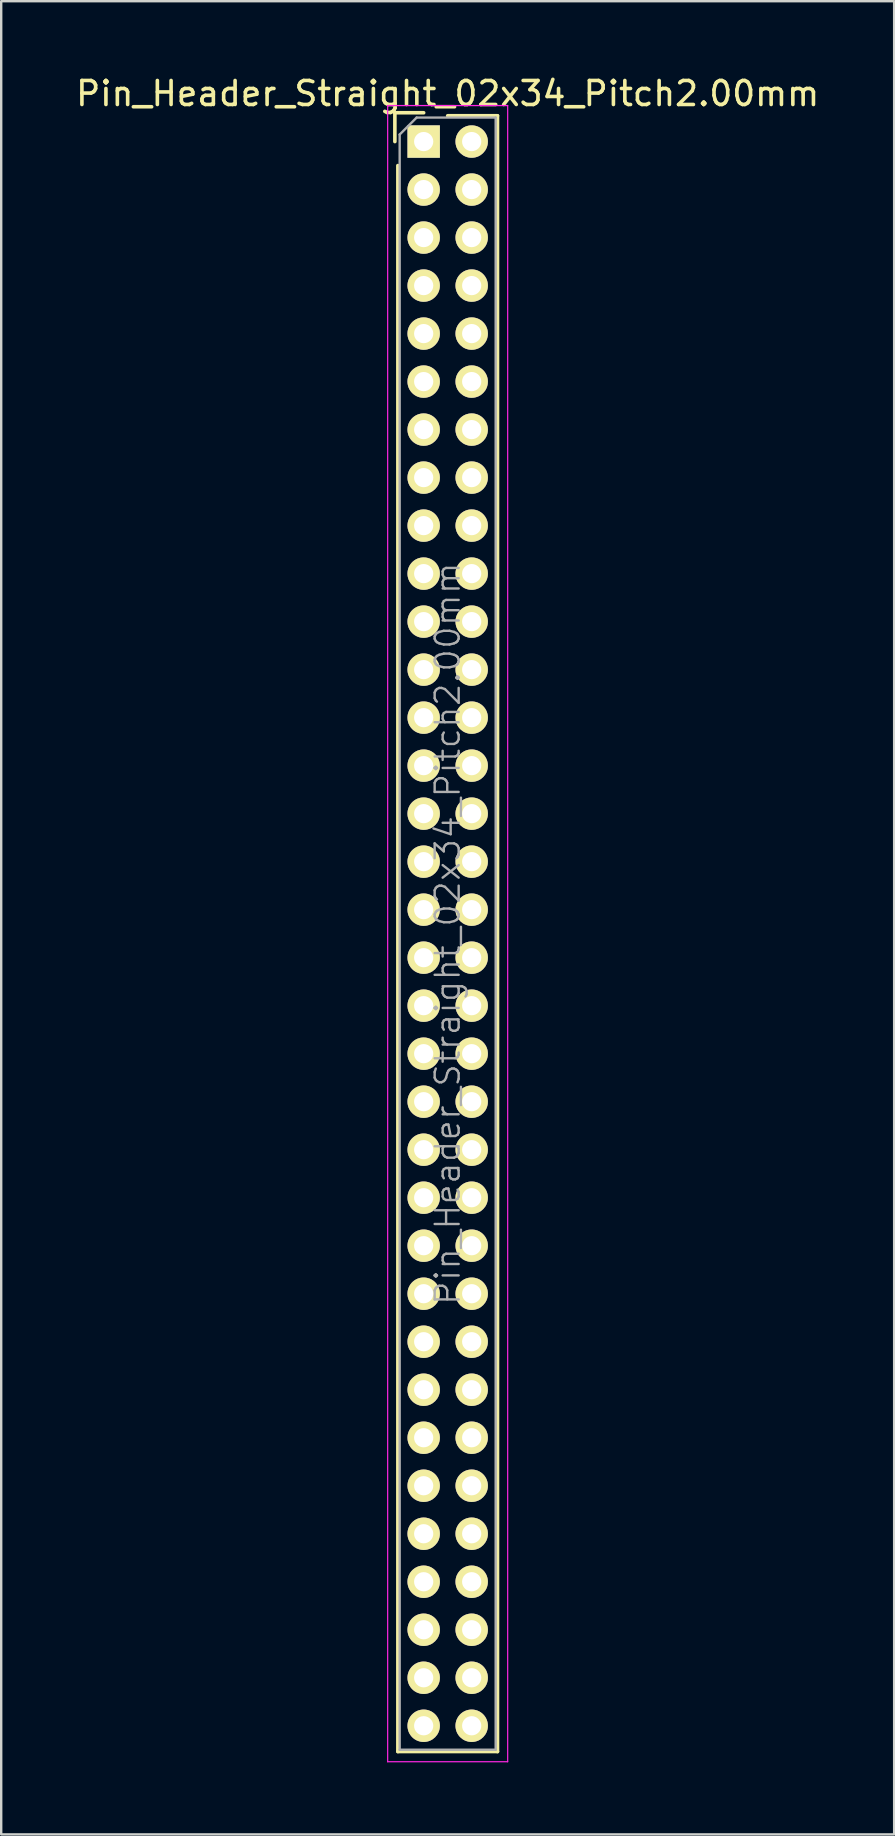
<source format=kicad_pcb>
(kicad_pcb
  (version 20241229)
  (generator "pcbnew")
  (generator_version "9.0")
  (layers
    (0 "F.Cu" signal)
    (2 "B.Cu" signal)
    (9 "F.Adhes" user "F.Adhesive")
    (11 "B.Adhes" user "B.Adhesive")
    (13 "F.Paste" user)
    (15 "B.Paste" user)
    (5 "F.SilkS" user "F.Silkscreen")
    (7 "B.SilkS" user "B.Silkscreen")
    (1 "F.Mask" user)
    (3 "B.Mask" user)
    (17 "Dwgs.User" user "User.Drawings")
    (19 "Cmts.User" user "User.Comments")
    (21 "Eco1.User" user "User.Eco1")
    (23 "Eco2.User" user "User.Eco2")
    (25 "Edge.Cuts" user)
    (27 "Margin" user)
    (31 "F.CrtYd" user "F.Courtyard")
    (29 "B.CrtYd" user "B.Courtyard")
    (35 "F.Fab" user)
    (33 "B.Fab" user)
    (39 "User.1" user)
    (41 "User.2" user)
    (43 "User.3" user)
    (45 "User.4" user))
  (footprint "Pin_Header_Straight_02x34_Pitch2.00mm"
    (layer "F.Cu")
    (at 14.601 2.848)
    (property "Reference" "Pin_Header_Straight_02x34_Pitch2.00mm" (at 1 -2 0) (layer "F.SilkS") (effects (font (size 1 1) (thickness 0.15))))
    (attr smd)
    (fp_line (start -1.2 -1.2) (end -1.2 0) (stroke (width 0.15) (type solid)) (layer "F.SilkS"))
    (fp_line (start -1.2 -1.2) (end 0 -1.2) (stroke (width 0.15) (type solid)) (layer "F.SilkS"))
    (fp_line (start -1.075 1) (end -1.075 67.075) (stroke (width 0.15) (type solid)) (layer "F.SilkS"))
    (fp_line (start -1.075 67.075) (end 3.075 67.075) (stroke (width 0.15) (type solid)) (layer "F.SilkS"))
    (fp_line (start 1 -1.075) (end 3.075 -1.075) (stroke (width 0.15) (type solid)) (layer "F.SilkS"))
    (fp_line (start 3.075 -1.075) (end 3.075 67.075) (stroke (width 0.15) (type solid)) (layer "F.SilkS"))
    (fp_line (start -1.5 -1.5) (end -1.5 67.5) (stroke (width 0.05) (type solid)) (layer "F.CrtYd"))
    (fp_line (start 3.5 -1.5) (end -1.5 -1.5) (stroke (width 0.05) (type solid)) (layer "F.CrtYd"))
    (fp_line (start 3.5 -1.5) (end 3.5 67.5) (stroke (width 0.05) (type solid)) (layer "F.CrtYd"))
    (fp_line (start 3.5 67.5) (end -1.5 67.5) (stroke (width 0.05) (type solid)) (layer "F.CrtYd"))
    (fp_line (start -1 -0.293) (end -0.293 -1) (stroke (width 0.1) (type solid)) (layer "F.Fab"))
    (fp_line (start -1 67) (end -1 -0.293) (stroke (width 0.1) (type solid)) (layer "F.Fab"))
    (fp_line (start 3 -1) (end -0.293 -1) (stroke (width 0.1) (type solid)) (layer "F.Fab"))
    (fp_line (start 3 67) (end -1 67) (stroke (width 0.1) (type solid)) (layer "F.Fab"))
    (fp_line (start 3 67) (end 3 -1) (stroke (width 0.1) (type solid)) (layer "F.Fab"))
    (fp_text user "${REFERENCE}" (at 1 33 90) (layer "F.Fab") (effects (font (size 1 1) (thickness 0.1))))
    (pad "1" thru_hole rect (at 0 0) (size 1.35 1.35) (drill 0.8) (layers "*.Cu" "*.Mask" "F.SilkS"))
    (pad "2" thru_hole oval (at 2 0) (size 1.35 1.35) (drill 0.8) (layers "*.Cu" "*.Mask" "F.SilkS"))
    (pad "3" thru_hole oval (at 0 2) (size 1.35 1.35) (drill 0.8) (layers "*.Cu" "*.Mask" "F.SilkS"))
    (pad "4" thru_hole oval (at 2 2) (size 1.35 1.35) (drill 0.8) (layers "*.Cu" "*.Mask" "F.SilkS"))
    (pad "5" thru_hole oval (at 0 4) (size 1.35 1.35) (drill 0.8) (layers "*.Cu" "*.Mask" "F.SilkS"))
    (pad "6" thru_hole oval (at 2 4) (size 1.35 1.35) (drill 0.8) (layers "*.Cu" "*.Mask" "F.SilkS"))
    (pad "7" thru_hole oval (at 0 6) (size 1.35 1.35) (drill 0.8) (layers "*.Cu" "*.Mask" "F.SilkS"))
    (pad "8" thru_hole oval (at 2 6) (size 1.35 1.35) (drill 0.8) (layers "*.Cu" "*.Mask" "F.SilkS"))
    (pad "9" thru_hole oval (at 0 8) (size 1.35 1.35) (drill 0.8) (layers "*.Cu" "*.Mask" "F.SilkS"))
    (pad "10" thru_hole oval (at 2 8) (size 1.35 1.35) (drill 0.8) (layers "*.Cu" "*.Mask" "F.SilkS"))
    (pad "11" thru_hole oval (at 0 10) (size 1.35 1.35) (drill 0.8) (layers "*.Cu" "*.Mask" "F.SilkS"))
    (pad "12" thru_hole oval (at 2 10) (size 1.35 1.35) (drill 0.8) (layers "*.Cu" "*.Mask" "F.SilkS"))
    (pad "13" thru_hole oval (at 0 12) (size 1.35 1.35) (drill 0.8) (layers "*.Cu" "*.Mask" "F.SilkS"))
    (pad "14" thru_hole oval (at 2 12) (size 1.35 1.35) (drill 0.8) (layers "*.Cu" "*.Mask" "F.SilkS"))
    (pad "15" thru_hole oval (at 0 14) (size 1.35 1.35) (drill 0.8) (layers "*.Cu" "*.Mask" "F.SilkS"))
    (pad "16" thru_hole oval (at 2 14) (size 1.35 1.35) (drill 0.8) (layers "*.Cu" "*.Mask" "F.SilkS"))
    (pad "17" thru_hole oval (at 0 16) (size 1.35 1.35) (drill 0.8) (layers "*.Cu" "*.Mask" "F.SilkS"))
    (pad "18" thru_hole oval (at 2 16) (size 1.35 1.35) (drill 0.8) (layers "*.Cu" "*.Mask" "F.SilkS"))
    (pad "19" thru_hole oval (at 0 18) (size 1.35 1.35) (drill 0.8) (layers "*.Cu" "*.Mask" "F.SilkS"))
    (pad "20" thru_hole oval (at 2 18) (size 1.35 1.35) (drill 0.8) (layers "*.Cu" "*.Mask" "F.SilkS"))
    (pad "21" thru_hole oval (at 0 20) (size 1.35 1.35) (drill 0.8) (layers "*.Cu" "*.Mask" "F.SilkS"))
    (pad "22" thru_hole oval (at 2 20) (size 1.35 1.35) (drill 0.8) (layers "*.Cu" "*.Mask" "F.SilkS"))
    (pad "23" thru_hole oval (at 0 22) (size 1.35 1.35) (drill 0.8) (layers "*.Cu" "*.Mask" "F.SilkS"))
    (pad "24" thru_hole oval (at 2 22) (size 1.35 1.35) (drill 0.8) (layers "*.Cu" "*.Mask" "F.SilkS"))
    (pad "25" thru_hole oval (at 0 24) (size 1.35 1.35) (drill 0.8) (layers "*.Cu" "*.Mask" "F.SilkS"))
    (pad "26" thru_hole oval (at 2 24) (size 1.35 1.35) (drill 0.8) (layers "*.Cu" "*.Mask" "F.SilkS"))
    (pad "27" thru_hole oval (at 0 26) (size 1.35 1.35) (drill 0.8) (layers "*.Cu" "*.Mask" "F.SilkS"))
    (pad "28" thru_hole oval (at 2 26) (size 1.35 1.35) (drill 0.8) (layers "*.Cu" "*.Mask" "F.SilkS"))
    (pad "29" thru_hole oval (at 0 28) (size 1.35 1.35) (drill 0.8) (layers "*.Cu" "*.Mask" "F.SilkS"))
    (pad "30" thru_hole oval (at 2 28) (size 1.35 1.35) (drill 0.8) (layers "*.Cu" "*.Mask" "F.SilkS"))
    (pad "31" thru_hole oval (at 0 30) (size 1.35 1.35) (drill 0.8) (layers "*.Cu" "*.Mask" "F.SilkS"))
    (pad "32" thru_hole oval (at 2 30) (size 1.35 1.35) (drill 0.8) (layers "*.Cu" "*.Mask" "F.SilkS"))
    (pad "33" thru_hole oval (at 0 32) (size 1.35 1.35) (drill 0.8) (layers "*.Cu" "*.Mask" "F.SilkS"))
    (pad "34" thru_hole oval (at 2 32) (size 1.35 1.35) (drill 0.8) (layers "*.Cu" "*.Mask" "F.SilkS"))
    (pad "35" thru_hole oval (at 0 34) (size 1.35 1.35) (drill 0.8) (layers "*.Cu" "*.Mask" "F.SilkS"))
    (pad "36" thru_hole oval (at 2 34) (size 1.35 1.35) (drill 0.8) (layers "*.Cu" "*.Mask" "F.SilkS"))
    (pad "37" thru_hole oval (at 0 36) (size 1.35 1.35) (drill 0.8) (layers "*.Cu" "*.Mask" "F.SilkS"))
    (pad "38" thru_hole oval (at 2 36) (size 1.35 1.35) (drill 0.8) (layers "*.Cu" "*.Mask" "F.SilkS"))
    (pad "39" thru_hole oval (at 0 38) (size 1.35 1.35) (drill 0.8) (layers "*.Cu" "*.Mask" "F.SilkS"))
    (pad "40" thru_hole oval (at 2 38) (size 1.35 1.35) (drill 0.8) (layers "*.Cu" "*.Mask" "F.SilkS"))
    (pad "41" thru_hole oval (at 0 40) (size 1.35 1.35) (drill 0.8) (layers "*.Cu" "*.Mask" "F.SilkS"))
    (pad "42" thru_hole oval (at 2 40) (size 1.35 1.35) (drill 0.8) (layers "*.Cu" "*.Mask" "F.SilkS"))
    (pad "43" thru_hole oval (at 0 42) (size 1.35 1.35) (drill 0.8) (layers "*.Cu" "*.Mask" "F.SilkS"))
    (pad "44" thru_hole oval (at 2 42) (size 1.35 1.35) (drill 0.8) (layers "*.Cu" "*.Mask" "F.SilkS"))
    (pad "45" thru_hole oval (at 0 44) (size 1.35 1.35) (drill 0.8) (layers "*.Cu" "*.Mask" "F.SilkS"))
    (pad "46" thru_hole oval (at 2 44) (size 1.35 1.35) (drill 0.8) (layers "*.Cu" "*.Mask" "F.SilkS"))
    (pad "47" thru_hole oval (at 0 46) (size 1.35 1.35) (drill 0.8) (layers "*.Cu" "*.Mask" "F.SilkS"))
    (pad "48" thru_hole oval (at 2 46) (size 1.35 1.35) (drill 0.8) (layers "*.Cu" "*.Mask" "F.SilkS"))
    (pad "49" thru_hole oval (at 0 48) (size 1.35 1.35) (drill 0.8) (layers "*.Cu" "*.Mask" "F.SilkS"))
    (pad "50" thru_hole oval (at 2 48) (size 1.35 1.35) (drill 0.8) (layers "*.Cu" "*.Mask" "F.SilkS"))
    (pad "51" thru_hole oval (at 0 50) (size 1.35 1.35) (drill 0.8) (layers "*.Cu" "*.Mask" "F.SilkS"))
    (pad "52" thru_hole oval (at 2 50) (size 1.35 1.35) (drill 0.8) (layers "*.Cu" "*.Mask" "F.SilkS"))
    (pad "53" thru_hole oval (at 0 52) (size 1.35 1.35) (drill 0.8) (layers "*.Cu" "*.Mask" "F.SilkS"))
    (pad "54" thru_hole oval (at 2 52) (size 1.35 1.35) (drill 0.8) (layers "*.Cu" "*.Mask" "F.SilkS"))
    (pad "55" thru_hole oval (at 0 54) (size 1.35 1.35) (drill 0.8) (layers "*.Cu" "*.Mask" "F.SilkS"))
    (pad "56" thru_hole oval (at 2 54) (size 1.35 1.35) (drill 0.8) (layers "*.Cu" "*.Mask" "F.SilkS"))
    (pad "57" thru_hole oval (at 0 56) (size 1.35 1.35) (drill 0.8) (layers "*.Cu" "*.Mask" "F.SilkS"))
    (pad "58" thru_hole oval (at 2 56) (size 1.35 1.35) (drill 0.8) (layers "*.Cu" "*.Mask" "F.SilkS"))
    (pad "59" thru_hole oval (at 0 58) (size 1.35 1.35) (drill 0.8) (layers "*.Cu" "*.Mask" "F.SilkS"))
    (pad "60" thru_hole oval (at 2 58) (size 1.35 1.35) (drill 0.8) (layers "*.Cu" "*.Mask" "F.SilkS"))
    (pad "61" thru_hole oval (at 0 60) (size 1.35 1.35) (drill 0.8) (layers "*.Cu" "*.Mask" "F.SilkS"))
    (pad "62" thru_hole oval (at 2 60) (size 1.35 1.35) (drill 0.8) (layers "*.Cu" "*.Mask" "F.SilkS"))
    (pad "63" thru_hole oval (at 0 62) (size 1.35 1.35) (drill 0.8) (layers "*.Cu" "*.Mask" "F.SilkS"))
    (pad "64" thru_hole oval (at 2 62) (size 1.35 1.35) (drill 0.8) (layers "*.Cu" "*.Mask" "F.SilkS"))
    (pad "65" thru_hole oval (at 0 64) (size 1.35 1.35) (drill 0.8) (layers "*.Cu" "*.Mask" "F.SilkS"))
    (pad "66" thru_hole oval (at 2 64) (size 1.35 1.35) (drill 0.8) (layers "*.Cu" "*.Mask" "F.SilkS"))
    (pad "67" thru_hole oval (at 0 66) (size 1.35 1.35) (drill 0.8) (layers "*.Cu" "*.Mask" "F.SilkS"))
    (pad "68" thru_hole oval (at 2 66) (size 1.35 1.35) (drill 0.8) (layers "*.Cu" "*.Mask" "F.SilkS")))
  (gr_rect
    (start -3 -3)
    (end 34.202 73.373)
    (stroke (width 0.1) (type default))
    (fill no)
    (layer "Edge.Cuts")))
</source>
